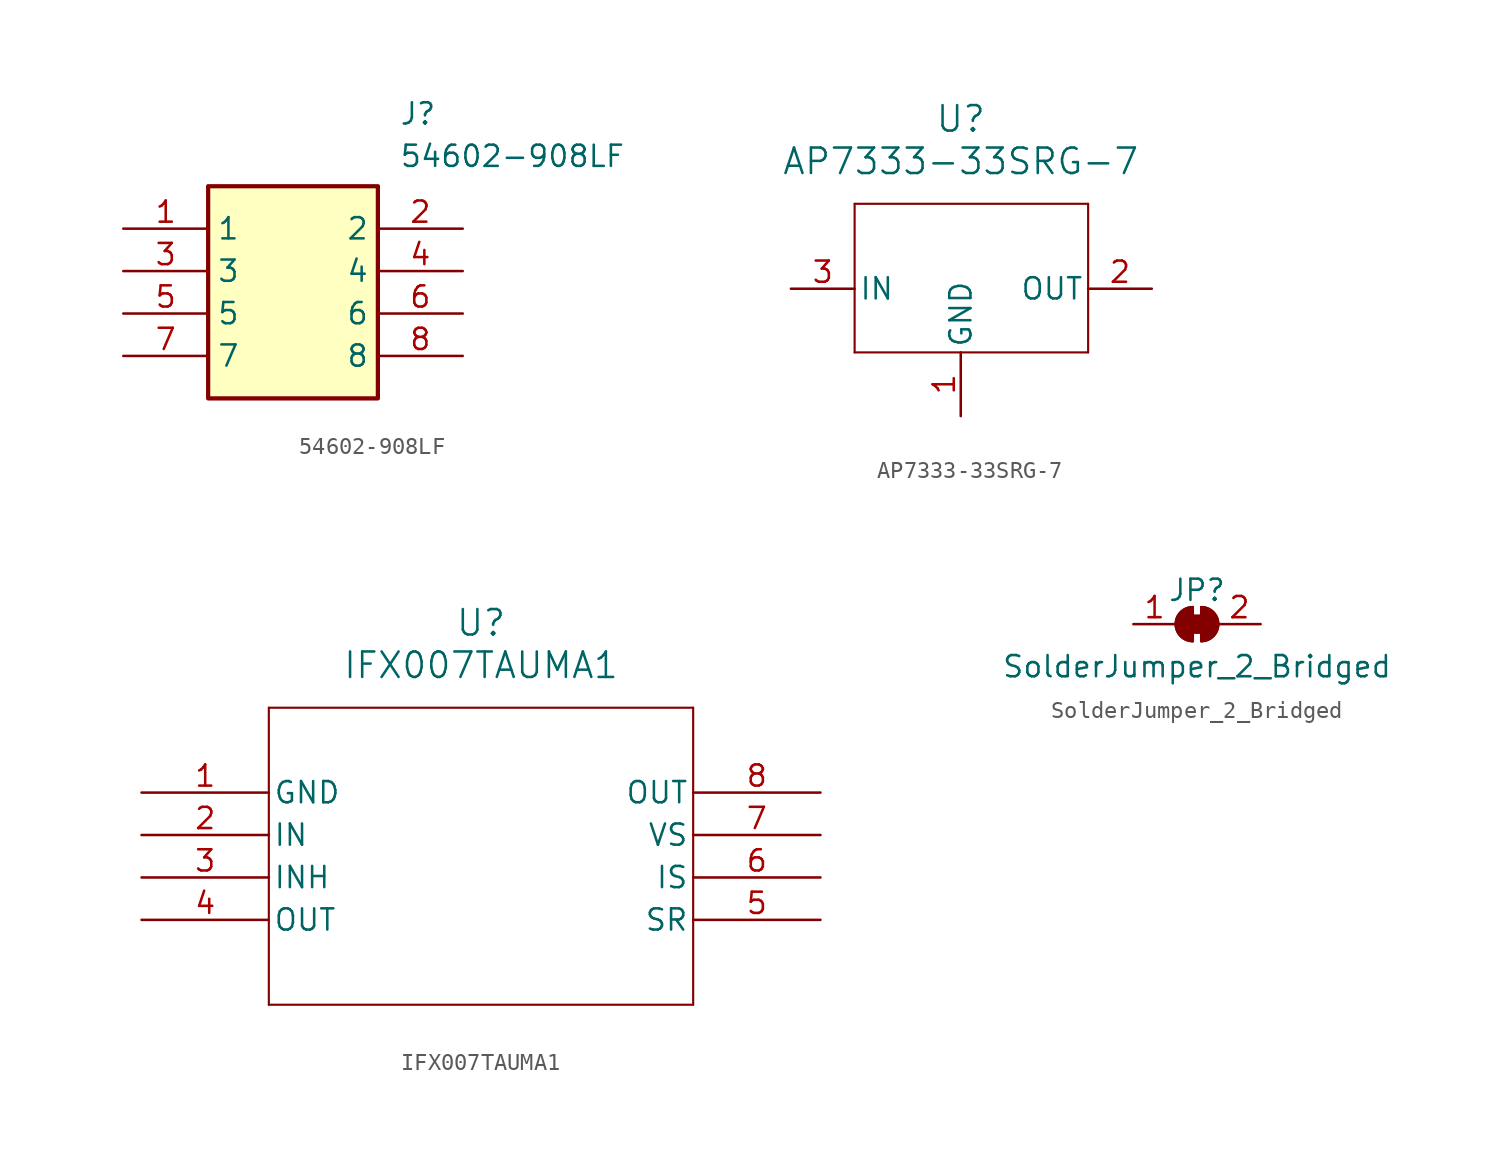
<source format=kicad_sym>
(kicad_symbol_lib
  (version 20220914)
  (generator kicad_symbol_editor)
  (symbol "54602-908LF"
    (property "Reference" "J"
      (at 16.51 7.62 0)
      (effects (font (size 1.27 1.27)) (justify left top)))
    (property "Value" "54602-908LF"
      (at 16.51 5.08 0)
      (effects (font (size 1.27 1.27)) (justify left top)))
    (symbol "54602-908LF_1_1"
      (rectangle (start 5.08 2.54) (end 15.24 -10.16) (stroke (width 0.254) (type default)) (fill (type background)))
      (pin passive line (at 0 0 0) (length 5.08) (name "1" (effects (font (size 1.27 1.27)))) (number "1" (effects (font (size 1.27 1.27)))))
      (pin passive line (at 20.32 0 180) (length 5.08) (name "2" (effects (font (size 1.27 1.27)))) (number "2" (effects (font (size 1.27 1.27)))))
      (pin passive line (at 0 -2.54 0) (length 5.08) (name "3" (effects (font (size 1.27 1.27)))) (number "3" (effects (font (size 1.27 1.27)))))
      (pin passive line (at 20.32 -2.54 180) (length 5.08) (name "4" (effects (font (size 1.27 1.27)))) (number "4" (effects (font (size 1.27 1.27)))))
      (pin passive line (at 0 -5.08 0) (length 5.08) (name "5" (effects (font (size 1.27 1.27)))) (number "5" (effects (font (size 1.27 1.27)))))
      (pin passive line (at 20.32 -5.08 180) (length 5.08) (name "6" (effects (font (size 1.27 1.27)))) (number "6" (effects (font (size 1.27 1.27)))))
      (pin passive line (at 0 -7.62 0) (length 5.08) (name "7" (effects (font (size 1.27 1.27)))) (number "7" (effects (font (size 1.27 1.27)))))
      (pin passive line (at 20.32 -7.62 180) (length 5.08) (name "8" (effects (font (size 1.27 1.27)))) (number "8" (effects (font (size 1.27 1.27)))))))
  (symbol "AP7333-33SRG-7"
    (pin_names
      (offset 0.254))
    (property "Reference" "U"
      (at 0 10.16 0)
      (effects (font (size 1.524 1.524))))
    (property "Value" "AP7333-33SRG-7"
      (at 0 7.62 0)
      (effects (font (size 1.524 1.524))))
    (property "ki_locked" ""
      (at 0 0 0)
      (effects (font (size 1.27 1.27))))
    (symbol "AP7333-33SRG-7_0_1"
      (polyline (pts (xy -6.35 -3.81) (xy 7.62 -3.81)) (stroke (width 0.127) (type default)) (fill (type none)))
      (polyline (pts (xy -6.35 5.08) (xy -6.35 -3.81)) (stroke (width 0.127) (type default)) (fill (type none)))
      (polyline (pts (xy 7.62 -3.81) (xy 7.62 5.08)) (stroke (width 0.127) (type default)) (fill (type none)))
      (polyline (pts (xy 7.62 5.08) (xy -6.35 5.08)) (stroke (width 0.127) (type default)) (fill (type none))))
    (symbol "AP7333-33SRG-7_1_1"
      (pin power_out line (at 0 -7.62 90) (length 3.81) (name "GND" (effects (font (size 1.27 1.27)))) (number "1" (effects (font (size 1.27 1.27)))))
      (pin output line (at 11.43 0 180) (length 3.81) (name "OUT" (effects (font (size 1.27 1.27)))) (number "2" (effects (font (size 1.27 1.27)))))
      (pin input line (at -10.16 0 0) (length 3.81) (name "IN" (effects (font (size 1.27 1.27)))) (number "3" (effects (font (size 1.27 1.27)))))))
  (symbol "IFX007TAUMA1"
    (pin_names
      (offset 0.254))
    (property "Reference" "U"
      (at 20.32 10.16 0)
      (effects (font (size 1.524 1.524))))
    (property "Value" "IFX007TAUMA1"
      (at 20.32 7.62 0)
      (effects (font (size 1.524 1.524))))
    (symbol "IFX007TAUMA1_0_1"
      (polyline (pts (xy 7.62 -12.7) (xy 33.02 -12.7)) (stroke (width 0.127) (type default)) (fill (type none)))
      (polyline (pts (xy 7.62 5.08) (xy 7.62 -12.7)) (stroke (width 0.127) (type default)) (fill (type none)))
      (polyline (pts (xy 33.02 -12.7) (xy 33.02 5.08)) (stroke (width 0.127) (type default)) (fill (type none)))
      (polyline (pts (xy 33.02 5.08) (xy 7.62 5.08)) (stroke (width 0.127) (type default)) (fill (type none)))
      (pin power_in line (at 0 0 0) (length 7.62) (name "GND" (effects (font (size 1.27 1.27)))) (number "1" (effects (font (size 1.27 1.27)))))
      (pin input line (at 0 -2.54 0) (length 7.62) (name "IN" (effects (font (size 1.27 1.27)))) (number "2" (effects (font (size 1.27 1.27)))))
      (pin input line (at 0 -5.08 0) (length 7.62) (name "INH" (effects (font (size 1.27 1.27)))) (number "3" (effects (font (size 1.27 1.27)))))
      (pin output line (at 0 -7.62 0) (length 7.62) (name "OUT" (effects (font (size 1.27 1.27)))) (number "4" (effects (font (size 1.27 1.27)))))
      (pin input line (at 40.64 -7.62 180) (length 7.62) (name "SR" (effects (font (size 1.27 1.27)))) (number "5" (effects (font (size 1.27 1.27)))))
      (pin output line (at 40.64 -5.08 180) (length 7.62) (name "IS" (effects (font (size 1.27 1.27)))) (number "6" (effects (font (size 1.27 1.27)))))
      (pin power_in line (at 40.64 -2.54 180) (length 7.62) (name "VS" (effects (font (size 1.27 1.27)))) (number "7" (effects (font (size 1.27 1.27)))))
      (pin output line (at 40.64 0 180) (length 7.62) (name "OUT" (effects (font (size 1.27 1.27)))) (number "8" (effects (font (size 1.27 1.27)))))))
  (symbol "SolderJumper_2_Bridged"
    (pin_names
      (offset 0) hide)
    (property "Reference" "JP"
      (at 0 2.032 0)
      (effects (font (size 1.27 1.27))))
    (property "Value" "SolderJumper_2_Bridged"
      (at 0 -2.54 0)
      (effects (font (size 1.27 1.27))))
    (symbol "SolderJumper_2_Bridged_0_1"
      (rectangle (start -0.508 0.508) (end 0.508 -0.508) (stroke (width 0) (type default)) (fill (type outline)))
      (arc (start -0.254 1.016) (mid -1.2656 0) (end -0.254 -1.016) (stroke (width 0) (type default)) (fill (type none)))
      (arc (start -0.254 1.016) (mid -1.2656 0) (end -0.254 -1.016) (stroke (width 0) (type default)) (fill (type outline)))
      (polyline (pts (xy -0.254 1.016) (xy -0.254 -1.016)) (stroke (width 0) (type default)) (fill (type none)))
      (polyline (pts (xy 0.254 1.016) (xy 0.254 -1.016)) (stroke (width 0) (type default)) (fill (type none)))
      (arc (start 0.254 -1.016) (mid 1.2656 0) (end 0.254 1.016) (stroke (width 0) (type default)) (fill (type none)))
      (arc (start 0.254 -1.016) (mid 1.2656 0) (end 0.254 1.016) (stroke (width 0) (type default)) (fill (type outline))))
    (symbol "SolderJumper_2_Bridged_1_1"
      (pin passive line (at -3.81 0 0) (length 2.54) (name "A" (effects (font (size 1.27 1.27)))) (number "1" (effects (font (size 1.27 1.27)))))
      (pin passive line (at 3.81 0 180) (length 2.54) (name "A" (effects (font (size 1.27 1.27)))) (number "2" (effects (font (size 1.27 1.27))))))))
</source>
